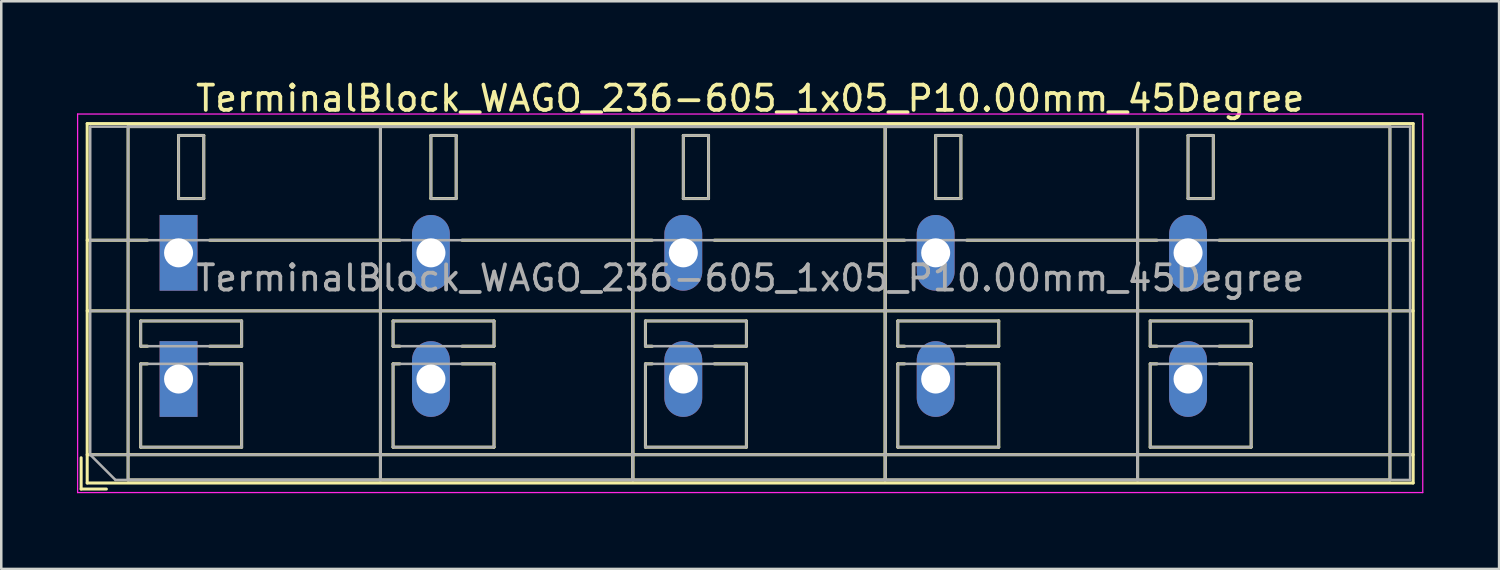
<source format=kicad_pcb>
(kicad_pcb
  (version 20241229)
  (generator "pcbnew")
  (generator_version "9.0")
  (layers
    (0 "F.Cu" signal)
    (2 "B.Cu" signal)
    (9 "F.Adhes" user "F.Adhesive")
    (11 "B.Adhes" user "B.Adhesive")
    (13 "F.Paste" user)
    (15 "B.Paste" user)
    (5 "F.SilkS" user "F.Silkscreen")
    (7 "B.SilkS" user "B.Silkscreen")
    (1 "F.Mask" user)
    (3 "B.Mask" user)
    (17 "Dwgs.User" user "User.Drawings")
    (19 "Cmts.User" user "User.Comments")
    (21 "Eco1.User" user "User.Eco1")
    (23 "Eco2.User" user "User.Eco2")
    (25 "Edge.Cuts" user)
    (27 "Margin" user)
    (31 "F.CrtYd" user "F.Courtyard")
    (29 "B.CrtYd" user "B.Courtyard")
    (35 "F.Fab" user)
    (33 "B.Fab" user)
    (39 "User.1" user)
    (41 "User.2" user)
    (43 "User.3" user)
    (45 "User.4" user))
  (footprint "TerminalBlock_WAGO_236-605_1x05_P10.00mm_45Degree"
    (layer "F.Cu")
    (at 4.025 6.968)
    (property "Reference" "TerminalBlock_WAGO_236-605_1x05_P10.00mm_45Degree" (at 22.65 -6.12 0) (layer "F.SilkS") (effects (font (size 1 1) (thickness 0.15))))
    (attr through_hole)
    (fp_line (start -3.86 8.12) (end -3.86 9.36) (stroke (width 0.12) (type solid)) (layer "F.SilkS"))
    (fp_line (start -3.86 9.36) (end -2.86 9.36) (stroke (width 0.12) (type solid)) (layer "F.SilkS"))
    (fp_line (start -3.62 -5.12) (end -3.62 9.12) (stroke (width 0.12) (type solid)) (layer "F.SilkS"))
    (fp_line (start -3.62 -5.12) (end 48.92 -5.12) (stroke (width 0.12) (type solid)) (layer "F.SilkS"))
    (fp_line (start -3.62 -0.5) (end -1.23 -0.5) (stroke (width 0.12) (type solid)) (layer "F.SilkS"))
    (fp_line (start -3.62 2.3) (end 48.92 2.3) (stroke (width 0.12) (type solid)) (layer "F.SilkS"))
    (fp_line (start -3.62 8) (end 48.92 8) (stroke (width 0.12) (type solid)) (layer "F.SilkS"))
    (fp_line (start -3.62 9.12) (end 48.92 9.12) (stroke (width 0.12) (type solid)) (layer "F.SilkS"))
    (fp_line (start -2 -5) (end -2 9) (stroke (width 0.12) (type solid)) (layer "F.SilkS"))
    (fp_line (start -2 -5) (end 8 -5) (stroke (width 0.12) (type solid)) (layer "F.SilkS"))
    (fp_line (start -2 9) (end 8 9) (stroke (width 0.12) (type solid)) (layer "F.SilkS"))
    (fp_line (start -1.5 2.7) (end -1.5 3.7) (stroke (width 0.12) (type solid)) (layer "F.SilkS"))
    (fp_line (start -1.5 2.7) (end 2.5 2.7) (stroke (width 0.12) (type solid)) (layer "F.SilkS"))
    (fp_line (start -1.5 3.7) (end -1.23 3.7) (stroke (width 0.12) (type solid)) (layer "F.SilkS"))
    (fp_line (start -1.5 4.4) (end -1.5 7.7) (stroke (width 0.12) (type solid)) (layer "F.SilkS"))
    (fp_line (start -1.5 4.4) (end -1.23 4.4) (stroke (width 0.12) (type solid)) (layer "F.SilkS"))
    (fp_line (start -1.5 7.7) (end 2.5 7.7) (stroke (width 0.12) (type solid)) (layer "F.SilkS"))
    (fp_line (start 0 -4.65) (end 0 -2.151) (stroke (width 0.12) (type solid)) (layer "F.SilkS"))
    (fp_line (start 0 -4.65) (end 1 -4.65) (stroke (width 0.12) (type solid)) (layer "F.SilkS"))
    (fp_line (start 0 -2.151) (end 1 -2.151) (stroke (width 0.12) (type solid)) (layer "F.SilkS"))
    (fp_line (start 1 -4.65) (end 1 -2.151) (stroke (width 0.12) (type solid)) (layer "F.SilkS"))
    (fp_line (start 1.23 -0.5) (end 8.77 -0.5) (stroke (width 0.12) (type solid)) (layer "F.SilkS"))
    (fp_line (start 1.23 3.7) (end 2.5 3.7) (stroke (width 0.12) (type solid)) (layer "F.SilkS"))
    (fp_line (start 1.23 4.4) (end 2.5 4.4) (stroke (width 0.12) (type solid)) (layer "F.SilkS"))
    (fp_line (start 2.5 2.7) (end 2.5 3.7) (stroke (width 0.12) (type solid)) (layer "F.SilkS"))
    (fp_line (start 2.5 4.4) (end 2.5 7.7) (stroke (width 0.12) (type solid)) (layer "F.SilkS"))
    (fp_line (start 8 -5) (end 8 9) (stroke (width 0.12) (type solid)) (layer "F.SilkS"))
    (fp_line (start 8 -5) (end 8 9) (stroke (width 0.12) (type solid)) (layer "F.SilkS"))
    (fp_line (start 8 -5) (end 18 -5) (stroke (width 0.12) (type solid)) (layer "F.SilkS"))
    (fp_line (start 8 9) (end 18 9) (stroke (width 0.12) (type solid)) (layer "F.SilkS"))
    (fp_line (start 8.5 2.7) (end 8.5 3.7) (stroke (width 0.12) (type solid)) (layer "F.SilkS"))
    (fp_line (start 8.5 2.7) (end 12.5 2.7) (stroke (width 0.12) (type solid)) (layer "F.SilkS"))
    (fp_line (start 8.5 3.7) (end 8.77 3.7) (stroke (width 0.12) (type solid)) (layer "F.SilkS"))
    (fp_line (start 8.5 4.4) (end 8.5 7.7) (stroke (width 0.12) (type solid)) (layer "F.SilkS"))
    (fp_line (start 8.5 4.4) (end 8.77 4.4) (stroke (width 0.12) (type solid)) (layer "F.SilkS"))
    (fp_line (start 8.5 7.7) (end 12.5 7.7) (stroke (width 0.12) (type solid)) (layer "F.SilkS"))
    (fp_line (start 10 -4.65) (end 10 -2.151) (stroke (width 0.12) (type solid)) (layer "F.SilkS"))
    (fp_line (start 10 -4.65) (end 11 -4.65) (stroke (width 0.12) (type solid)) (layer "F.SilkS"))
    (fp_line (start 10 -2.151) (end 11 -2.151) (stroke (width 0.12) (type solid)) (layer "F.SilkS"))
    (fp_line (start 11 -4.65) (end 11 -2.151) (stroke (width 0.12) (type solid)) (layer "F.SilkS"))
    (fp_line (start 11.23 -0.5) (end 18.77 -0.5) (stroke (width 0.12) (type solid)) (layer "F.SilkS"))
    (fp_line (start 11.23 3.7) (end 12.5 3.7) (stroke (width 0.12) (type solid)) (layer "F.SilkS"))
    (fp_line (start 11.23 4.4) (end 12.5 4.4) (stroke (width 0.12) (type solid)) (layer "F.SilkS"))
    (fp_line (start 12.5 2.7) (end 12.5 3.7) (stroke (width 0.12) (type solid)) (layer "F.SilkS"))
    (fp_line (start 12.5 4.4) (end 12.5 7.7) (stroke (width 0.12) (type solid)) (layer "F.SilkS"))
    (fp_line (start 18 -5) (end 18 9) (stroke (width 0.12) (type solid)) (layer "F.SilkS"))
    (fp_line (start 18 -5) (end 18 9) (stroke (width 0.12) (type solid)) (layer "F.SilkS"))
    (fp_line (start 18 -5) (end 28 -5) (stroke (width 0.12) (type solid)) (layer "F.SilkS"))
    (fp_line (start 18 9) (end 28 9) (stroke (width 0.12) (type solid)) (layer "F.SilkS"))
    (fp_line (start 18.5 2.7) (end 18.5 3.7) (stroke (width 0.12) (type solid)) (layer "F.SilkS"))
    (fp_line (start 18.5 2.7) (end 22.5 2.7) (stroke (width 0.12) (type solid)) (layer "F.SilkS"))
    (fp_line (start 18.5 3.7) (end 18.77 3.7) (stroke (width 0.12) (type solid)) (layer "F.SilkS"))
    (fp_line (start 18.5 4.4) (end 18.5 7.7) (stroke (width 0.12) (type solid)) (layer "F.SilkS"))
    (fp_line (start 18.5 4.4) (end 18.77 4.4) (stroke (width 0.12) (type solid)) (layer "F.SilkS"))
    (fp_line (start 18.5 7.7) (end 22.5 7.7) (stroke (width 0.12) (type solid)) (layer "F.SilkS"))
    (fp_line (start 20 -4.65) (end 20 -2.151) (stroke (width 0.12) (type solid)) (layer "F.SilkS"))
    (fp_line (start 20 -4.65) (end 21 -4.65) (stroke (width 0.12) (type solid)) (layer "F.SilkS"))
    (fp_line (start 20 -2.151) (end 21 -2.151) (stroke (width 0.12) (type solid)) (layer "F.SilkS"))
    (fp_line (start 21 -4.65) (end 21 -2.151) (stroke (width 0.12) (type solid)) (layer "F.SilkS"))
    (fp_line (start 21.23 -0.5) (end 28.77 -0.5) (stroke (width 0.12) (type solid)) (layer "F.SilkS"))
    (fp_line (start 21.23 3.7) (end 22.5 3.7) (stroke (width 0.12) (type solid)) (layer "F.SilkS"))
    (fp_line (start 21.23 4.4) (end 22.5 4.4) (stroke (width 0.12) (type solid)) (layer "F.SilkS"))
    (fp_line (start 22.5 2.7) (end 22.5 3.7) (stroke (width 0.12) (type solid)) (layer "F.SilkS"))
    (fp_line (start 22.5 4.4) (end 22.5 7.7) (stroke (width 0.12) (type solid)) (layer "F.SilkS"))
    (fp_line (start 28 -5) (end 28 9) (stroke (width 0.12) (type solid)) (layer "F.SilkS"))
    (fp_line (start 28 -5) (end 28 9) (stroke (width 0.12) (type solid)) (layer "F.SilkS"))
    (fp_line (start 28 -5) (end 38 -5) (stroke (width 0.12) (type solid)) (layer "F.SilkS"))
    (fp_line (start 28 9) (end 38 9) (stroke (width 0.12) (type solid)) (layer "F.SilkS"))
    (fp_line (start 28.5 2.7) (end 28.5 3.7) (stroke (width 0.12) (type solid)) (layer "F.SilkS"))
    (fp_line (start 28.5 2.7) (end 32.5 2.7) (stroke (width 0.12) (type solid)) (layer "F.SilkS"))
    (fp_line (start 28.5 3.7) (end 28.77 3.7) (stroke (width 0.12) (type solid)) (layer "F.SilkS"))
    (fp_line (start 28.5 4.4) (end 28.5 7.7) (stroke (width 0.12) (type solid)) (layer "F.SilkS"))
    (fp_line (start 28.5 4.4) (end 28.77 4.4) (stroke (width 0.12) (type solid)) (layer "F.SilkS"))
    (fp_line (start 28.5 7.7) (end 32.5 7.7) (stroke (width 0.12) (type solid)) (layer "F.SilkS"))
    (fp_line (start 30 -4.65) (end 30 -2.151) (stroke (width 0.12) (type solid)) (layer "F.SilkS"))
    (fp_line (start 30 -4.65) (end 31 -4.65) (stroke (width 0.12) (type solid)) (layer "F.SilkS"))
    (fp_line (start 30 -2.151) (end 31 -2.151) (stroke (width 0.12) (type solid)) (layer "F.SilkS"))
    (fp_line (start 31 -4.65) (end 31 -2.151) (stroke (width 0.12) (type solid)) (layer "F.SilkS"))
    (fp_line (start 31.23 -0.5) (end 38.77 -0.5) (stroke (width 0.12) (type solid)) (layer "F.SilkS"))
    (fp_line (start 31.23 3.7) (end 32.5 3.7) (stroke (width 0.12) (type solid)) (layer "F.SilkS"))
    (fp_line (start 31.23 4.4) (end 32.5 4.4) (stroke (width 0.12) (type solid)) (layer "F.SilkS"))
    (fp_line (start 32.5 2.7) (end 32.5 3.7) (stroke (width 0.12) (type solid)) (layer "F.SilkS"))
    (fp_line (start 32.5 4.4) (end 32.5 7.7) (stroke (width 0.12) (type solid)) (layer "F.SilkS"))
    (fp_line (start 38 -5) (end 38 9) (stroke (width 0.12) (type solid)) (layer "F.SilkS"))
    (fp_line (start 38 -5) (end 38 9) (stroke (width 0.12) (type solid)) (layer "F.SilkS"))
    (fp_line (start 38 -5) (end 48 -5) (stroke (width 0.12) (type solid)) (layer "F.SilkS"))
    (fp_line (start 38 9) (end 48 9) (stroke (width 0.12) (type solid)) (layer "F.SilkS"))
    (fp_line (start 38.5 2.7) (end 38.5 3.7) (stroke (width 0.12) (type solid)) (layer "F.SilkS"))
    (fp_line (start 38.5 2.7) (end 42.5 2.7) (stroke (width 0.12) (type solid)) (layer "F.SilkS"))
    (fp_line (start 38.5 3.7) (end 38.77 3.7) (stroke (width 0.12) (type solid)) (layer "F.SilkS"))
    (fp_line (start 38.5 4.4) (end 38.5 7.7) (stroke (width 0.12) (type solid)) (layer "F.SilkS"))
    (fp_line (start 38.5 4.4) (end 38.77 4.4) (stroke (width 0.12) (type solid)) (layer "F.SilkS"))
    (fp_line (start 38.5 7.7) (end 42.5 7.7) (stroke (width 0.12) (type solid)) (layer "F.SilkS"))
    (fp_line (start 40 -4.65) (end 40 -2.151) (stroke (width 0.12) (type solid)) (layer "F.SilkS"))
    (fp_line (start 40 -4.65) (end 41 -4.65) (stroke (width 0.12) (type solid)) (layer "F.SilkS"))
    (fp_line (start 40 -2.151) (end 41 -2.151) (stroke (width 0.12) (type solid)) (layer "F.SilkS"))
    (fp_line (start 41 -4.65) (end 41 -2.151) (stroke (width 0.12) (type solid)) (layer "F.SilkS"))
    (fp_line (start 41.23 -0.5) (end 48.92 -0.5) (stroke (width 0.12) (type solid)) (layer "F.SilkS"))
    (fp_line (start 41.23 3.7) (end 42.5 3.7) (stroke (width 0.12) (type solid)) (layer "F.SilkS"))
    (fp_line (start 41.23 4.4) (end 42.5 4.4) (stroke (width 0.12) (type solid)) (layer "F.SilkS"))
    (fp_line (start 42.5 2.7) (end 42.5 3.7) (stroke (width 0.12) (type solid)) (layer "F.SilkS"))
    (fp_line (start 42.5 4.4) (end 42.5 7.7) (stroke (width 0.12) (type solid)) (layer "F.SilkS"))
    (fp_line (start 48 -5) (end 48 9) (stroke (width 0.12) (type solid)) (layer "F.SilkS"))
    (fp_line (start 48.92 -5.12) (end 48.92 9.12) (stroke (width 0.12) (type solid)) (layer "F.SilkS"))
    (fp_line (start -4 -5.5) (end -4 9.5) (stroke (width 0.05) (type solid)) (layer "F.CrtYd"))
    (fp_line (start -4 9.5) (end 49.3 9.5) (stroke (width 0.05) (type solid)) (layer "F.CrtYd"))
    (fp_line (start 49.3 -5.5) (end -4 -5.5) (stroke (width 0.05) (type solid)) (layer "F.CrtYd"))
    (fp_line (start 49.3 9.5) (end 49.3 -5.5) (stroke (width 0.05) (type solid)) (layer "F.CrtYd"))
    (fp_line (start -3.5 -5) (end 48.8 -5) (stroke (width 0.1) (type solid)) (layer "F.Fab"))
    (fp_line (start -3.5 -0.5) (end 48.8 -0.5) (stroke (width 0.1) (type solid)) (layer "F.Fab"))
    (fp_line (start -3.5 2.3) (end 48.8 2.3) (stroke (width 0.1) (type solid)) (layer "F.Fab"))
    (fp_line (start -3.5 8) (end -3.5 -5) (stroke (width 0.1) (type solid)) (layer "F.Fab"))
    (fp_line (start -3.5 8) (end 48.8 8) (stroke (width 0.1) (type solid)) (layer "F.Fab"))
    (fp_line (start -2.5 9) (end -3.5 8) (stroke (width 0.1) (type solid)) (layer "F.Fab"))
    (fp_line (start -2 -5) (end -2 9) (stroke (width 0.1) (type solid)) (layer "F.Fab"))
    (fp_line (start -2 9) (end 8 9) (stroke (width 0.1) (type solid)) (layer "F.Fab"))
    (fp_line (start -1.5 2.7) (end -1.5 3.7) (stroke (width 0.1) (type solid)) (layer "F.Fab"))
    (fp_line (start -1.5 3.7) (end 2.5 3.7) (stroke (width 0.1) (type solid)) (layer "F.Fab"))
    (fp_line (start -1.5 4.4) (end -1.5 7.7) (stroke (width 0.1) (type solid)) (layer "F.Fab"))
    (fp_line (start -1.5 7.7) (end 2.5 7.7) (stroke (width 0.1) (type solid)) (layer "F.Fab"))
    (fp_line (start 0 -4.65) (end 0 -2.15) (stroke (width 0.1) (type solid)) (layer "F.Fab"))
    (fp_line (start 0 -2.15) (end 1 -2.15) (stroke (width 0.1) (type solid)) (layer "F.Fab"))
    (fp_line (start 1 -4.65) (end 0 -4.65) (stroke (width 0.1) (type solid)) (layer "F.Fab"))
    (fp_line (start 1 -2.15) (end 1 -4.65) (stroke (width 0.1) (type solid)) (layer "F.Fab"))
    (fp_line (start 2.5 2.7) (end -1.5 2.7) (stroke (width 0.1) (type solid)) (layer "F.Fab"))
    (fp_line (start 2.5 3.7) (end 2.5 2.7) (stroke (width 0.1) (type solid)) (layer "F.Fab"))
    (fp_line (start 2.5 4.4) (end -1.5 4.4) (stroke (width 0.1) (type solid)) (layer "F.Fab"))
    (fp_line (start 2.5 7.7) (end 2.5 4.4) (stroke (width 0.1) (type solid)) (layer "F.Fab"))
    (fp_line (start 8 -5) (end -2 -5) (stroke (width 0.1) (type solid)) (layer "F.Fab"))
    (fp_line (start 8 -5) (end 8 9) (stroke (width 0.1) (type solid)) (layer "F.Fab"))
    (fp_line (start 8 9) (end 8 -5) (stroke (width 0.1) (type solid)) (layer "F.Fab"))
    (fp_line (start 8 9) (end 18 9) (stroke (width 0.1) (type solid)) (layer "F.Fab"))
    (fp_line (start 8.5 2.7) (end 8.5 3.7) (stroke (width 0.1) (type solid)) (layer "F.Fab"))
    (fp_line (start 8.5 3.7) (end 12.5 3.7) (stroke (width 0.1) (type solid)) (layer "F.Fab"))
    (fp_line (start 8.5 4.4) (end 8.5 7.7) (stroke (width 0.1) (type solid)) (layer "F.Fab"))
    (fp_line (start 8.5 7.7) (end 12.5 7.7) (stroke (width 0.1) (type solid)) (layer "F.Fab"))
    (fp_line (start 10 -4.65) (end 10 -2.15) (stroke (width 0.1) (type solid)) (layer "F.Fab"))
    (fp_line (start 10 -2.15) (end 11 -2.15) (stroke (width 0.1) (type solid)) (layer "F.Fab"))
    (fp_line (start 11 -4.65) (end 10 -4.65) (stroke (width 0.1) (type solid)) (layer "F.Fab"))
    (fp_line (start 11 -2.15) (end 11 -4.65) (stroke (width 0.1) (type solid)) (layer "F.Fab"))
    (fp_line (start 12.5 2.7) (end 8.5 2.7) (stroke (width 0.1) (type solid)) (layer "F.Fab"))
    (fp_line (start 12.5 3.7) (end 12.5 2.7) (stroke (width 0.1) (type solid)) (layer "F.Fab"))
    (fp_line (start 12.5 4.4) (end 8.5 4.4) (stroke (width 0.1) (type solid)) (layer "F.Fab"))
    (fp_line (start 12.5 7.7) (end 12.5 4.4) (stroke (width 0.1) (type solid)) (layer "F.Fab"))
    (fp_line (start 18 -5) (end 8 -5) (stroke (width 0.1) (type solid)) (layer "F.Fab"))
    (fp_line (start 18 -5) (end 18 9) (stroke (width 0.1) (type solid)) (layer "F.Fab"))
    (fp_line (start 18 9) (end 18 -5) (stroke (width 0.1) (type solid)) (layer "F.Fab"))
    (fp_line (start 18 9) (end 28 9) (stroke (width 0.1) (type solid)) (layer "F.Fab"))
    (fp_line (start 18.5 2.7) (end 18.5 3.7) (stroke (width 0.1) (type solid)) (layer "F.Fab"))
    (fp_line (start 18.5 3.7) (end 22.5 3.7) (stroke (width 0.1) (type solid)) (layer "F.Fab"))
    (fp_line (start 18.5 4.4) (end 18.5 7.7) (stroke (width 0.1) (type solid)) (layer "F.Fab"))
    (fp_line (start 18.5 7.7) (end 22.5 7.7) (stroke (width 0.1) (type solid)) (layer "F.Fab"))
    (fp_line (start 20 -4.65) (end 20 -2.15) (stroke (width 0.1) (type solid)) (layer "F.Fab"))
    (fp_line (start 20 -2.15) (end 21 -2.15) (stroke (width 0.1) (type solid)) (layer "F.Fab"))
    (fp_line (start 21 -4.65) (end 20 -4.65) (stroke (width 0.1) (type solid)) (layer "F.Fab"))
    (fp_line (start 21 -2.15) (end 21 -4.65) (stroke (width 0.1) (type solid)) (layer "F.Fab"))
    (fp_line (start 22.5 2.7) (end 18.5 2.7) (stroke (width 0.1) (type solid)) (layer "F.Fab"))
    (fp_line (start 22.5 3.7) (end 22.5 2.7) (stroke (width 0.1) (type solid)) (layer "F.Fab"))
    (fp_line (start 22.5 4.4) (end 18.5 4.4) (stroke (width 0.1) (type solid)) (layer "F.Fab"))
    (fp_line (start 22.5 7.7) (end 22.5 4.4) (stroke (width 0.1) (type solid)) (layer "F.Fab"))
    (fp_line (start 28 -5) (end 18 -5) (stroke (width 0.1) (type solid)) (layer "F.Fab"))
    (fp_line (start 28 -5) (end 28 9) (stroke (width 0.1) (type solid)) (layer "F.Fab"))
    (fp_line (start 28 9) (end 28 -5) (stroke (width 0.1) (type solid)) (layer "F.Fab"))
    (fp_line (start 28 9) (end 38 9) (stroke (width 0.1) (type solid)) (layer "F.Fab"))
    (fp_line (start 28.5 2.7) (end 28.5 3.7) (stroke (width 0.1) (type solid)) (layer "F.Fab"))
    (fp_line (start 28.5 3.7) (end 32.5 3.7) (stroke (width 0.1) (type solid)) (layer "F.Fab"))
    (fp_line (start 28.5 4.4) (end 28.5 7.7) (stroke (width 0.1) (type solid)) (layer "F.Fab"))
    (fp_line (start 28.5 7.7) (end 32.5 7.7) (stroke (width 0.1) (type solid)) (layer "F.Fab"))
    (fp_line (start 30 -4.65) (end 30 -2.15) (stroke (width 0.1) (type solid)) (layer "F.Fab"))
    (fp_line (start 30 -2.15) (end 31 -2.15) (stroke (width 0.1) (type solid)) (layer "F.Fab"))
    (fp_line (start 31 -4.65) (end 30 -4.65) (stroke (width 0.1) (type solid)) (layer "F.Fab"))
    (fp_line (start 31 -2.15) (end 31 -4.65) (stroke (width 0.1) (type solid)) (layer "F.Fab"))
    (fp_line (start 32.5 2.7) (end 28.5 2.7) (stroke (width 0.1) (type solid)) (layer "F.Fab"))
    (fp_line (start 32.5 3.7) (end 32.5 2.7) (stroke (width 0.1) (type solid)) (layer "F.Fab"))
    (fp_line (start 32.5 4.4) (end 28.5 4.4) (stroke (width 0.1) (type solid)) (layer "F.Fab"))
    (fp_line (start 32.5 7.7) (end 32.5 4.4) (stroke (width 0.1) (type solid)) (layer "F.Fab"))
    (fp_line (start 38 -5) (end 28 -5) (stroke (width 0.1) (type solid)) (layer "F.Fab"))
    (fp_line (start 38 -5) (end 38 9) (stroke (width 0.1) (type solid)) (layer "F.Fab"))
    (fp_line (start 38 9) (end 38 -5) (stroke (width 0.1) (type solid)) (layer "F.Fab"))
    (fp_line (start 38 9) (end 48 9) (stroke (width 0.1) (type solid)) (layer "F.Fab"))
    (fp_line (start 38.5 2.7) (end 38.5 3.7) (stroke (width 0.1) (type solid)) (layer "F.Fab"))
    (fp_line (start 38.5 3.7) (end 42.5 3.7) (stroke (width 0.1) (type solid)) (layer "F.Fab"))
    (fp_line (start 38.5 4.4) (end 38.5 7.7) (stroke (width 0.1) (type solid)) (layer "F.Fab"))
    (fp_line (start 38.5 7.7) (end 42.5 7.7) (stroke (width 0.1) (type solid)) (layer "F.Fab"))
    (fp_line (start 40 -4.65) (end 40 -2.15) (stroke (width 0.1) (type solid)) (layer "F.Fab"))
    (fp_line (start 40 -2.15) (end 41 -2.15) (stroke (width 0.1) (type solid)) (layer "F.Fab"))
    (fp_line (start 41 -4.65) (end 40 -4.65) (stroke (width 0.1) (type solid)) (layer "F.Fab"))
    (fp_line (start 41 -2.15) (end 41 -4.65) (stroke (width 0.1) (type solid)) (layer "F.Fab"))
    (fp_line (start 42.5 2.7) (end 38.5 2.7) (stroke (width 0.1) (type solid)) (layer "F.Fab"))
    (fp_line (start 42.5 3.7) (end 42.5 2.7) (stroke (width 0.1) (type solid)) (layer "F.Fab"))
    (fp_line (start 42.5 4.4) (end 38.5 4.4) (stroke (width 0.1) (type solid)) (layer "F.Fab"))
    (fp_line (start 42.5 7.7) (end 42.5 4.4) (stroke (width 0.1) (type solid)) (layer "F.Fab"))
    (fp_line (start 48 -5) (end 38 -5) (stroke (width 0.1) (type solid)) (layer "F.Fab"))
    (fp_line (start 48 9) (end 48 -5) (stroke (width 0.1) (type solid)) (layer "F.Fab"))
    (fp_line (start 48.8 -5) (end 48.8 9) (stroke (width 0.1) (type solid)) (layer "F.Fab"))
    (fp_line (start 48.8 9) (end -2.5 9) (stroke (width 0.1) (type solid)) (layer "F.Fab"))
    (fp_text user "${REFERENCE}" (at 22.65 1 0) (layer "F.Fab") (effects (font (size 1 1) (thickness 0.15))))
    (pad "1" thru_hole rect (at 0 0) (size 1.5 3) (drill 1.15) (layers "*.Cu" "*.Mask"))
    (pad "1" thru_hole rect (at 0 5) (size 1.5 3) (drill 1.15) (layers "*.Cu" "*.Mask"))
    (pad "2" thru_hole oval (at 10 0) (size 1.5 3) (drill 1.15) (layers "*.Cu" "*.Mask"))
    (pad "2" thru_hole oval (at 10 5) (size 1.5 3) (drill 1.15) (layers "*.Cu" "*.Mask"))
    (pad "3" thru_hole oval (at 20 0) (size 1.5 3) (drill 1.15) (layers "*.Cu" "*.Mask"))
    (pad "3" thru_hole oval (at 20 5) (size 1.5 3) (drill 1.15) (layers "*.Cu" "*.Mask"))
    (pad "4" thru_hole oval (at 30 0) (size 1.5 3) (drill 1.15) (layers "*.Cu" "*.Mask"))
    (pad "4" thru_hole oval (at 30 5) (size 1.5 3) (drill 1.15) (layers "*.Cu" "*.Mask"))
    (pad "5" thru_hole oval (at 40 0) (size 1.5 3) (drill 1.15) (layers "*.Cu" "*.Mask"))
    (pad "5" thru_hole oval (at 40 5) (size 1.5 3) (drill 1.15) (layers "*.Cu" "*.Mask")))
  (gr_rect
    (start -3 -3)
    (end 56.35 19.493)
    (stroke (width 0.1) (type default))
    (fill no)
    (layer "Edge.Cuts")))
</source>
